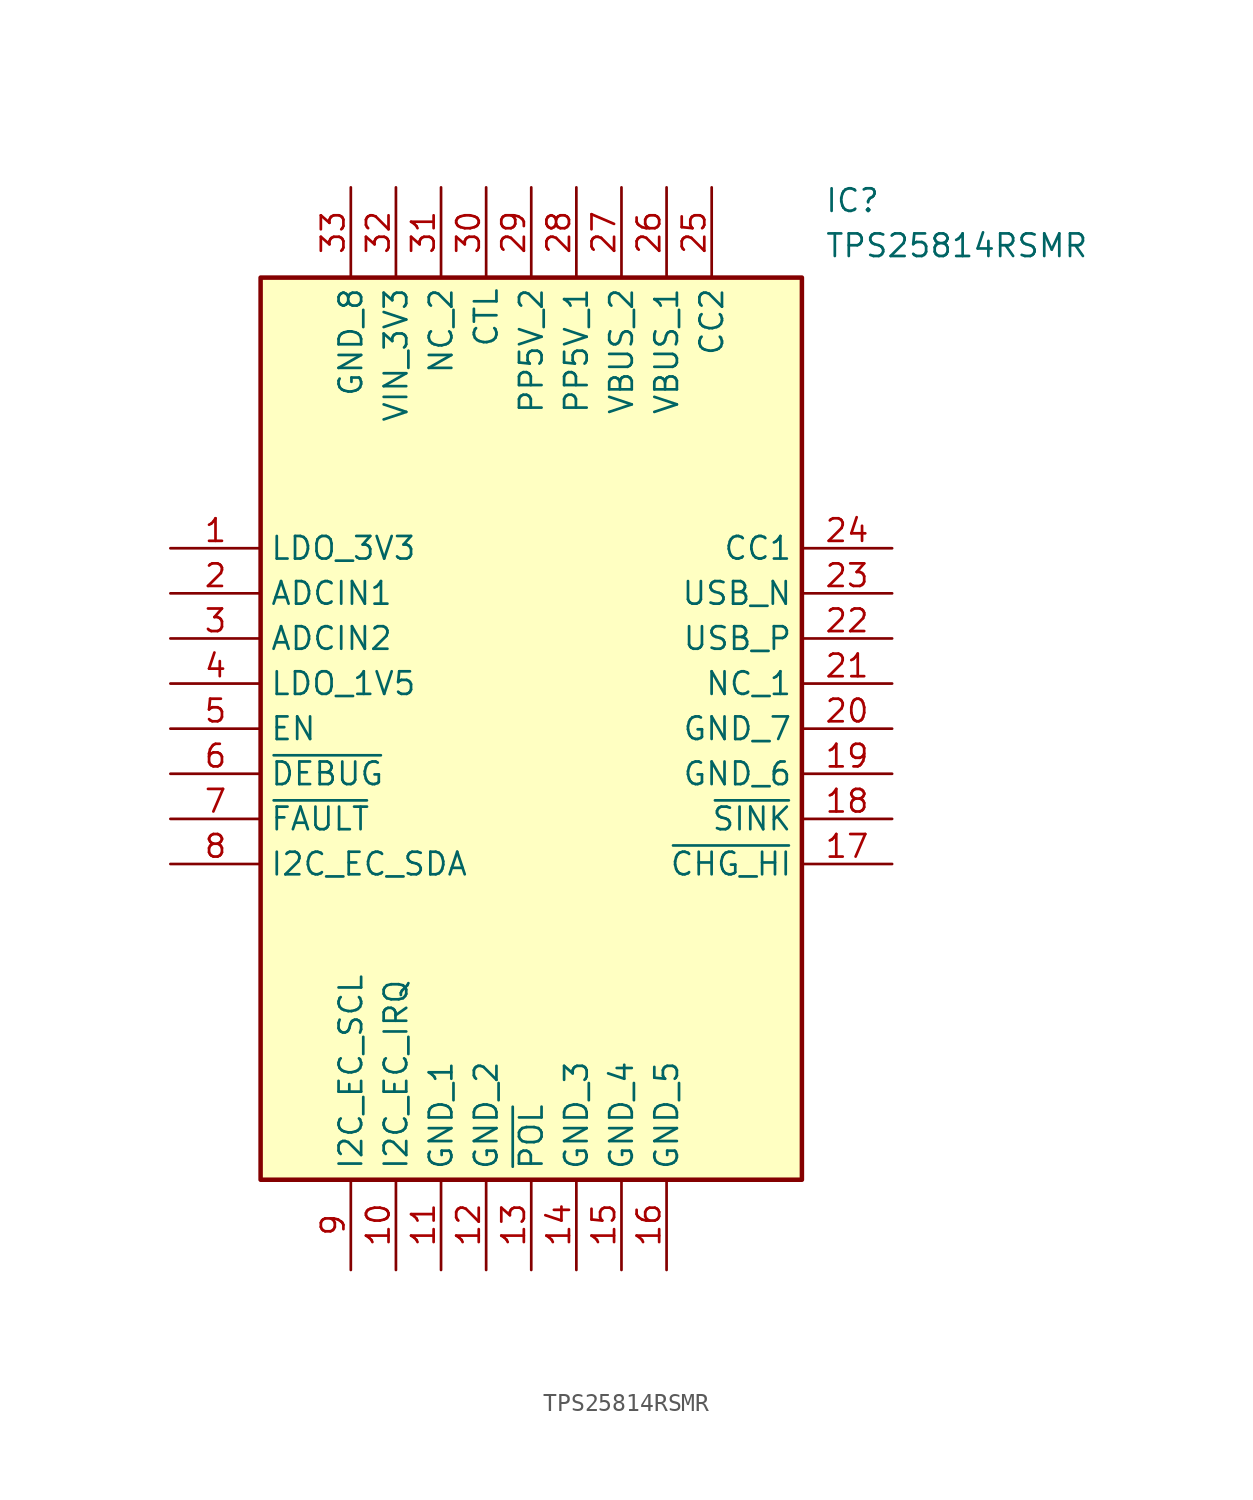
<source format=kicad_sym>
(kicad_symbol_lib
  (version 20211014)
  (generator SamacSys_ECAD_Model)
  (symbol "TPS25814RSMR"
    (property "Reference" "IC"
      (at 36.83 20.32 0)
      (effects (font (size 1.27 1.27)) (justify left top)))
    (property "Value" "TPS25814RSMR"
      (at 36.83 17.78 0)
      (effects (font (size 1.27 1.27)) (justify left top)))
    (rectangle
      (start 5.08 15.24)
      (end 35.56 -35.56)
      (stroke (width 0.254) (type default))
      (fill (type background)))
    (pin passive line
      (at 0 0 0)
      (length 5.08)
      (name "LDO_3V3" (effects (font (size 1.27 1.27))))
      (number "1" (effects (font (size 1.27 1.27)))))
    (pin passive line
      (at 0 -2.54 0)
      (length 5.08)
      (name "ADCIN1" (effects (font (size 1.27 1.27))))
      (number "2" (effects (font (size 1.27 1.27)))))
    (pin passive line
      (at 0 -5.08 0)
      (length 5.08)
      (name "ADCIN2" (effects (font (size 1.27 1.27))))
      (number "3" (effects (font (size 1.27 1.27)))))
    (pin passive line
      (at 0 -7.62 0)
      (length 5.08)
      (name "LDO_1V5" (effects (font (size 1.27 1.27))))
      (number "4" (effects (font (size 1.27 1.27)))))
    (pin passive line
      (at 0 -10.16 0)
      (length 5.08)
      (name "EN" (effects (font (size 1.27 1.27))))
      (number "5" (effects (font (size 1.27 1.27)))))
    (pin passive line
      (at 0 -12.7 0)
      (length 5.08)
      (name "~{DEBUG}" (effects (font (size 1.27 1.27))))
      (number "6" (effects (font (size 1.27 1.27)))))
    (pin passive line
      (at 0 -15.24 0)
      (length 5.08)
      (name "~{FAULT}" (effects (font (size 1.27 1.27))))
      (number "7" (effects (font (size 1.27 1.27)))))
    (pin passive line
      (at 0 -17.78 0)
      (length 5.08)
      (name "I2C_EC_SDA" (effects (font (size 1.27 1.27))))
      (number "8" (effects (font (size 1.27 1.27)))))
    (pin passive line
      (at 10.16 -40.64 90)
      (length 5.08)
      (name "I2C_EC_SCL" (effects (font (size 1.27 1.27))))
      (number "9" (effects (font (size 1.27 1.27)))))
    (pin passive line
      (at 12.7 -40.64 90)
      (length 5.08)
      (name "I2C_EC_IRQ" (effects (font (size 1.27 1.27))))
      (number "10" (effects (font (size 1.27 1.27)))))
    (pin passive line
      (at 15.24 -40.64 90)
      (length 5.08)
      (name "GND_1" (effects (font (size 1.27 1.27))))
      (number "11" (effects (font (size 1.27 1.27)))))
    (pin passive line
      (at 17.78 -40.64 90)
      (length 5.08)
      (name "GND_2" (effects (font (size 1.27 1.27))))
      (number "12" (effects (font (size 1.27 1.27)))))
    (pin passive line
      (at 20.32 -40.64 90)
      (length 5.08)
      (name "~{POL}" (effects (font (size 1.27 1.27))))
      (number "13" (effects (font (size 1.27 1.27)))))
    (pin passive line
      (at 22.86 -40.64 90)
      (length 5.08)
      (name "GND_3" (effects (font (size 1.27 1.27))))
      (number "14" (effects (font (size 1.27 1.27)))))
    (pin passive line
      (at 25.4 -40.64 90)
      (length 5.08)
      (name "GND_4" (effects (font (size 1.27 1.27))))
      (number "15" (effects (font (size 1.27 1.27)))))
    (pin passive line
      (at 27.94 -40.64 90)
      (length 5.08)
      (name "GND_5" (effects (font (size 1.27 1.27))))
      (number "16" (effects (font (size 1.27 1.27)))))
    (pin passive line
      (at 40.64 0 180)
      (length 5.08)
      (name "CC1" (effects (font (size 1.27 1.27))))
      (number "24" (effects (font (size 1.27 1.27)))))
    (pin passive line
      (at 40.64 -2.54 180)
      (length 5.08)
      (name "USB_N" (effects (font (size 1.27 1.27))))
      (number "23" (effects (font (size 1.27 1.27)))))
    (pin passive line
      (at 40.64 -5.08 180)
      (length 5.08)
      (name "USB_P" (effects (font (size 1.27 1.27))))
      (number "22" (effects (font (size 1.27 1.27)))))
    (pin passive line
      (at 40.64 -7.62 180)
      (length 5.08)
      (name "NC_1" (effects (font (size 1.27 1.27))))
      (number "21" (effects (font (size 1.27 1.27)))))
    (pin passive line
      (at 40.64 -10.16 180)
      (length 5.08)
      (name "GND_7" (effects (font (size 1.27 1.27))))
      (number "20" (effects (font (size 1.27 1.27)))))
    (pin passive line
      (at 40.64 -12.7 180)
      (length 5.08)
      (name "GND_6" (effects (font (size 1.27 1.27))))
      (number "19" (effects (font (size 1.27 1.27)))))
    (pin passive line
      (at 40.64 -15.24 180)
      (length 5.08)
      (name "~{SINK}" (effects (font (size 1.27 1.27))))
      (number "18" (effects (font (size 1.27 1.27)))))
    (pin passive line
      (at 40.64 -17.78 180)
      (length 5.08)
      (name "~{CHG_HI}" (effects (font (size 1.27 1.27))))
      (number "17" (effects (font (size 1.27 1.27)))))
    (pin passive line
      (at 10.16 20.32 270)
      (length 5.08)
      (name "GND_8" (effects (font (size 1.27 1.27))))
      (number "33" (effects (font (size 1.27 1.27)))))
    (pin passive line
      (at 12.7 20.32 270)
      (length 5.08)
      (name "VIN_3V3" (effects (font (size 1.27 1.27))))
      (number "32" (effects (font (size 1.27 1.27)))))
    (pin passive line
      (at 15.24 20.32 270)
      (length 5.08)
      (name "NC_2" (effects (font (size 1.27 1.27))))
      (number "31" (effects (font (size 1.27 1.27)))))
    (pin passive line
      (at 17.78 20.32 270)
      (length 5.08)
      (name "CTL" (effects (font (size 1.27 1.27))))
      (number "30" (effects (font (size 1.27 1.27)))))
    (pin passive line
      (at 20.32 20.32 270)
      (length 5.08)
      (name "PP5V_2" (effects (font (size 1.27 1.27))))
      (number "29" (effects (font (size 1.27 1.27)))))
    (pin passive line
      (at 22.86 20.32 270)
      (length 5.08)
      (name "PP5V_1" (effects (font (size 1.27 1.27))))
      (number "28" (effects (font (size 1.27 1.27)))))
    (pin passive line
      (at 25.4 20.32 270)
      (length 5.08)
      (name "VBUS_2" (effects (font (size 1.27 1.27))))
      (number "27" (effects (font (size 1.27 1.27)))))
    (pin passive line
      (at 27.94 20.32 270)
      (length 5.08)
      (name "VBUS_1" (effects (font (size 1.27 1.27))))
      (number "26" (effects (font (size 1.27 1.27)))))
    (pin passive line
      (at 30.48 20.32 270)
      (length 5.08)
      (name "CC2" (effects (font (size 1.27 1.27))))
      (number "25" (effects (font (size 1.27 1.27)))))))
</source>
